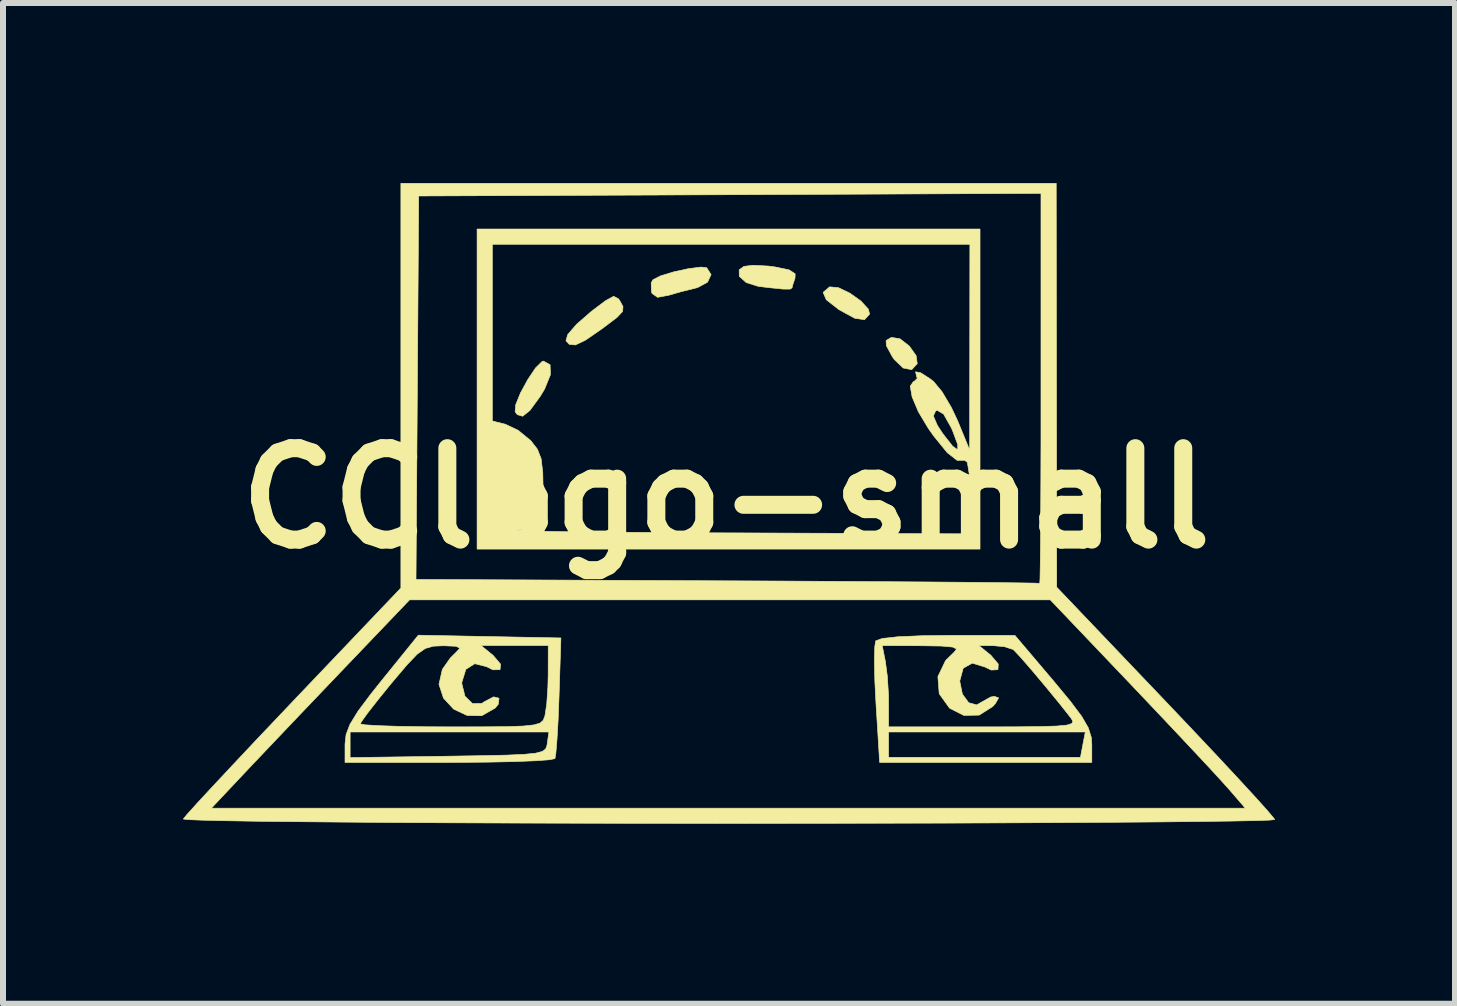
<source format=kicad_pcb>
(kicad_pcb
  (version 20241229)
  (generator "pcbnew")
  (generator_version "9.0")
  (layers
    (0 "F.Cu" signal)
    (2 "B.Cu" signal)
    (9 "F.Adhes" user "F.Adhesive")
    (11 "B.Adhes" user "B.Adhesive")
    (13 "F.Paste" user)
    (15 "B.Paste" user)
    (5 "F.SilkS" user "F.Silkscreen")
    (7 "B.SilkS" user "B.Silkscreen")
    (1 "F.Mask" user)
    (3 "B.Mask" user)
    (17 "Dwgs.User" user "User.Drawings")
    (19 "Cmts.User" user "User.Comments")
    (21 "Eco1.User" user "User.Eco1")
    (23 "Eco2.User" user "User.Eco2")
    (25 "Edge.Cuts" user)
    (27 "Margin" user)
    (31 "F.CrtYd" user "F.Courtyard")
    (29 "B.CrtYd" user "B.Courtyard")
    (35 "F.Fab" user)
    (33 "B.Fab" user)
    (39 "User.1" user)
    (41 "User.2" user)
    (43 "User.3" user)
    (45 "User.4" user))
  (footprint "CClogo-small"
    (layer "F.Cu")
    (at 9.05 5.254)
    (property "Reference" "CClogo-small" (at 0 0 0) (layer "F.SilkS") (effects (font (size 1.524 1.524) (thickness 0.3))))
    (attr through_hole)
    (fp_poly (pts (xy 1.872 -3.51) (xy 2.063 -3.419) (xy 2.248 -3.287) (xy 2.372 -3.152) (xy 2.393 -3.069) (xy 2.308 -2.976) (xy 2.145 -3) (xy 1.884 -3.142) (xy 1.671 -3.308) (xy 1.618 -3.431) (xy 1.722 -3.52) (xy 1.73 -3.523) (xy 1.872 -3.51)) (stroke (width 0.01) (type solid)) (fill yes) (layer "F.SilkS"))
    (fp_poly (pts (xy 2.899 -2.658) (xy 3.054 -2.537) (xy 3.168 -2.377) (xy 3.187 -2.244) (xy 3.095 -2.143) (xy 2.952 -2.171) (xy 2.801 -2.316) (xy 2.766 -2.369) (xy 2.672 -2.544) (xy 2.668 -2.629) (xy 2.753 -2.679) (xy 2.757 -2.681) (xy 2.899 -2.658)) (stroke (width 0.01) (type solid)) (fill yes) (layer "F.SilkS"))
    (fp_poly (pts (xy -2.932 -2.225) (xy -2.926 -2.061) (xy -3.023 -1.821) (xy -3.095 -1.701) (xy -3.268 -1.464) (xy -3.389 -1.367) (xy -3.48 -1.394) (xy -3.515 -1.442) (xy -3.505 -1.559) (xy -3.425 -1.756) (xy -3.304 -1.978) (xy -3.175 -2.171) (xy -3.067 -2.278) (xy -3.042 -2.286) (xy -2.932 -2.225)) (stroke (width 0.01) (type solid)) (fill yes) (layer "F.SilkS"))
    (fp_poly (pts (xy -1.791 -3.323) (xy -1.77 -3.292) (xy -1.717 -3.194) (xy -1.724 -3.113) (xy -1.816 -3.015) (xy -2.016 -2.863) (xy -2.081 -2.815) (xy -2.343 -2.635) (xy -2.51 -2.555) (xy -2.612 -2.565) (xy -2.668 -2.625) (xy -2.638 -2.729) (xy -2.489 -2.901) (xy -2.241 -3.117) (xy -2.009 -3.292) (xy -1.873 -3.366) (xy -1.791 -3.323)) (stroke (width 0.01) (type solid)) (fill yes) (layer "F.SilkS"))
    (fp_poly (pts (xy -0.322 -3.842) (xy -0.249 -3.728) (xy -0.308 -3.601) (xy -0.473 -3.512) (xy -0.487 -3.508) (xy -0.755 -3.441) (xy -0.956 -3.383) (xy -1.141 -3.349) (xy -1.231 -3.412) (xy -1.243 -3.438) (xy -1.247 -3.591) (xy -1.218 -3.642) (xy -1.089 -3.707) (xy -0.869 -3.774) (xy -0.623 -3.827) (xy -0.416 -3.853) (xy -0.322 -3.842)) (stroke (width 0.01) (type solid)) (fill yes) (layer "F.SilkS"))
    (fp_poly (pts (xy 0.702 -3.87) (xy 0.812 -3.856) (xy 1.052 -3.806) (xy 1.152 -3.741) (xy 1.15 -3.67) (xy 1.106 -3.538) (xy 1.101 -3.507) (xy 1.069 -3.486) (xy 0.952 -3.486) (xy 0.717 -3.51) (xy 0.536 -3.532) (xy 0.336 -3.595) (xy 0.221 -3.699) (xy 0.219 -3.807) (xy 0.299 -3.865) (xy 0.456 -3.883) (xy 0.702 -3.87)) (stroke (width 0.01) (type solid)) (fill yes) (layer "F.SilkS"))
    (fp_poly (pts (xy 4.233 0.847) (xy -4.149 0.847) (xy -4.149 -4.233) (xy -3.895 -4.233) (xy -3.895 -1.288) (xy -3.676 -1.233) (xy -3.465 -1.133) (xy -3.259 -0.964) (xy -3.252 -0.958) (xy -3.143 -0.817) (xy -3.081 -0.657) (xy -3.054 -0.425) (xy -3.048 -0.119) (xy -3.048 0.499) (xy -3.493 0.53) (xy -3.501 0.537) (xy -3.354 0.543) (xy -3.066 0.55) (xy -2.651 0.557) (xy -2.124 0.563) (xy -1.498 0.568) (xy -0.787 0.573) (xy -0.005 0.577) (xy 0.064 0.577) (xy 4.064 0.593) (xy 4.064 -0.047) (xy 4.053 -0.405) (xy 4.022 -0.599) (xy 3.976 -0.633) (xy 3.852 -0.631) (xy 3.686 -0.761) (xy 3.465 -1.033) (xy 3.373 -1.162) (xy 3.248 -1.371) (xy 3.455 -1.371) (xy 3.523 -1.213) (xy 3.614 -1.075) (xy 3.777 -0.867) (xy 3.861 -0.808) (xy 3.862 -0.894) (xy 3.776 -1.125) (xy 3.753 -1.177) (xy 3.626 -1.403) (xy 3.519 -1.466) (xy 3.494 -1.456) (xy 3.455 -1.371) (xy 3.248 -1.371) (xy 3.205 -1.443) (xy 3.101 -1.69) (xy 3.07 -1.869) (xy 3.124 -1.946) (xy 3.136 -1.947) (xy 3.188 -1.999) (xy 3.175 -2.032) (xy 3.159 -2.108) (xy 3.245 -2.091) (xy 3.404 -1.989) (xy 3.46 -1.944) (xy 3.6 -1.776) (xy 3.756 -1.512) (xy 3.86 -1.291) (xy 4.06 -0.804) (xy 4.062 -2.519) (xy 4.064 -4.233) (xy -3.895 -4.233) (xy -4.149 -4.233) (xy -4.149 -4.487) (xy 4.233 -4.487) (xy 4.233 0.847)) (stroke (width 0.01) (type solid)) (fill yes) (layer "F.SilkS"))
    (fp_poly (pts (xy 5.455 3.041) (xy 5.74 3.385) (xy 5.928 3.636) (xy 6.038 3.826) (xy 6.087 3.983) (xy 6.096 4.1) (xy 6.096 4.403) (xy 2.56 4.403) (xy 2.529 3.895) (xy 2.709 3.895) (xy 2.709 4.318) (xy 5.907 4.318) (xy 5.947 4.106) (xy 5.988 3.895) (xy 2.709 3.895) (xy 2.529 3.895) (xy 2.5 3.434) (xy 2.48 3.041) (xy 2.473 2.708) (xy 2.479 2.473) (xy 2.482 2.455) (xy 2.603 2.455) (xy 2.656 2.72) (xy 2.689 2.971) (xy 2.708 3.284) (xy 2.709 3.397) (xy 2.709 3.81) (xy 4.286 3.81) (xy 4.837 3.809) (xy 5.24 3.805) (xy 5.515 3.796) (xy 5.683 3.78) (xy 5.764 3.754) (xy 5.78 3.716) (xy 5.751 3.666) (xy 5.748 3.662) (xy 5.547 3.408) (xy 5.321 3.133) (xy 5.102 2.872) (xy 4.919 2.661) (xy 4.802 2.536) (xy 4.784 2.52) (xy 4.642 2.474) (xy 4.457 2.457) (xy 4.215 2.455) (xy 4.414 2.617) (xy 4.537 2.762) (xy 4.532 2.857) (xy 4.419 2.863) (xy 4.317 2.813) (xy 4.104 2.748) (xy 3.953 2.832) (xy 3.895 3.046) (xy 3.895 3.047) (xy 3.939 3.264) (xy 4.045 3.408) (xy 4.179 3.444) (xy 4.254 3.4) (xy 4.412 3.312) (xy 4.475 3.302) (xy 4.543 3.327) (xy 4.489 3.421) (xy 4.445 3.471) (xy 4.219 3.614) (xy 3.963 3.619) (xy 3.726 3.499) (xy 3.558 3.265) (xy 3.552 3.249) (xy 3.531 2.973) (xy 3.659 2.704) (xy 3.803 2.564) (xy 3.842 2.512) (xy 3.778 2.48) (xy 3.589 2.463) (xy 3.27 2.458) (xy 2.603 2.455) (xy 2.482 2.455) (xy 2.495 2.376) (xy 2.603 2.337) (xy 2.865 2.308) (xy 3.261 2.291) (xy 3.682 2.286) (xy 4.815 2.286) (xy 5.455 3.041)) (stroke (width 0.01) (type solid)) (fill yes) (layer "F.SilkS"))
    (fp_poly (pts (xy 5.511 1.482) (xy 7.327 3.387) (xy 7.775 3.859) (xy 8.183 4.292) (xy 8.537 4.672) (xy 8.822 4.982) (xy 9.025 5.208) (xy 9.131 5.335) (xy 9.144 5.355) (xy 9.061 5.364) (xy 8.82 5.372) (xy 8.431 5.38) (xy 7.906 5.387) (xy 7.255 5.394) (xy 6.489 5.4) (xy 5.62 5.405) (xy 4.658 5.41) (xy 3.614 5.414) (xy 2.499 5.416) (xy 1.324 5.418) (xy 0.099 5.419) (xy 0.035 5.419) (xy -1.208 5.418) (xy -2.399 5.416) (xy -3.525 5.413) (xy -4.577 5.409) (xy -5.544 5.404) (xy -6.415 5.397) (xy -7.181 5.39) (xy -7.829 5.383) (xy -8.351 5.374) (xy -8.734 5.365) (xy -8.969 5.356) (xy -9.045 5.346) (xy -8.982 5.268) (xy -8.888 5.165) (xy -8.577 5.165) (xy 8.654 5.165) (xy 8.38 4.847) (xy 8.242 4.694) (xy 8.008 4.44) (xy 7.699 4.11) (xy 7.336 3.724) (xy 6.94 3.306) (xy 6.755 3.111) (xy 5.404 1.693) (xy 0.065 1.693) (xy -5.274 1.693) (xy -6.428 2.9) (xy -6.824 3.315) (xy -7.219 3.729) (xy -7.582 4.111) (xy -7.884 4.429) (xy -8.079 4.636) (xy -8.577 5.165) (xy -8.888 5.165) (xy -8.816 5.084) (xy -8.561 4.809) (xy -8.233 4.458) (xy -7.846 4.046) (xy -7.413 3.59) (xy -7.218 3.384) (xy -5.419 1.496) (xy -5.419 1.353) (xy -5.167 1.353) (xy 0.02 1.376) (xy 0.941 1.38) (xy 1.81 1.385) (xy 2.613 1.39) (xy 3.335 1.395) (xy 3.962 1.4) (xy 4.479 1.405) (xy 4.872 1.41) (xy 5.127 1.414) (xy 5.227 1.418) (xy 5.228 1.419) (xy 5.233 1.342) (xy 5.237 1.114) (xy 5.241 0.752) (xy 5.244 0.276) (xy 5.247 -0.297) (xy 5.249 -0.949) (xy 5.249 -1.662) (xy 5.249 -1.821) (xy 5.249 -5.081) (xy 0.064 -5.059) (xy -5.122 -5.038) (xy -5.167 1.353) (xy -5.419 1.353) (xy -5.419 -1.877) (xy -5.419 -5.249) (xy 5.503 -5.249) (xy 5.511 1.482)) (stroke (width 0.01) (type solid)) (fill yes) (layer "F.SilkS"))
    (fp_poly (pts (xy -3.94 2.305) (xy -2.752 2.328) (xy -2.783 3.302) (xy -2.798 3.693) (xy -2.817 4.021) (xy -2.836 4.249) (xy -2.851 4.339) (xy -2.943 4.358) (xy -3.179 4.375) (xy -3.532 4.389) (xy -3.978 4.398) (xy -4.489 4.402) (xy -4.619 4.403) (xy -6.35 4.403) (xy -6.35 4.097) (xy -6.332 3.937) (xy -6.316 3.895) (xy -6.265 3.895) (xy -6.265 4.322) (xy -4.636 4.299) (xy -4.073 4.29) (xy -3.657 4.281) (xy -3.365 4.268) (xy -3.175 4.249) (xy -3.063 4.22) (xy -3.007 4.179) (xy -2.985 4.123) (xy -2.979 4.085) (xy -2.952 3.895) (xy -6.265 3.895) (xy -6.316 3.895) (xy -6.266 3.765) (xy -6.263 3.761) (xy -6.096 3.761) (xy -6.016 3.776) (xy -5.793 3.79) (xy -5.455 3.801) (xy -5.027 3.808) (xy -4.582 3.81) (xy -4.042 3.809) (xy -3.648 3.806) (xy -3.375 3.796) (xy -3.2 3.777) (xy -3.099 3.747) (xy -3.047 3.701) (xy -3.022 3.638) (xy -3.017 3.619) (xy -2.988 3.429) (xy -2.969 3.145) (xy -2.964 2.942) (xy -2.963 2.455) (xy -4.083 2.455) (xy -3.883 2.617) (xy -3.758 2.764) (xy -3.766 2.857) (xy -3.885 2.859) (xy -3.99 2.807) (xy -4.187 2.757) (xy -4.336 2.851) (xy -4.402 3.064) (xy -4.403 3.09) (xy -4.351 3.299) (xy -4.227 3.421) (xy -4.072 3.42) (xy -4.025 3.389) (xy -3.873 3.31) (xy -3.783 3.333) (xy -3.795 3.432) (xy -3.847 3.496) (xy -4.071 3.624) (xy -4.315 3.62) (xy -4.54 3.514) (xy -4.709 3.331) (xy -4.784 3.101) (xy -4.728 2.852) (xy -4.594 2.661) (xy -4.495 2.564) (xy -4.436 2.499) (xy -4.498 2.467) (xy -4.704 2.458) (xy -4.709 2.458) (xy -4.877 2.465) (xy -5.012 2.503) (xy -5.148 2.599) (xy -5.318 2.777) (xy -5.558 3.061) (xy -5.577 3.083) (xy -5.8 3.358) (xy -5.975 3.582) (xy -6.078 3.726) (xy -6.096 3.761) (xy -6.263 3.761) (xy -6.134 3.55) (xy -5.917 3.26) (xy -5.739 3.037) (xy -5.128 2.282) (xy -3.94 2.305)) (stroke (width 0.01) (type solid)) (fill yes) (layer "F.SilkS")))
  (gr_rect
    (start -3 -3)
    (end 21.199 13.678)
    (stroke (width 0.1) (type default))
    (fill no)
    (layer "Edge.Cuts")))
</source>
